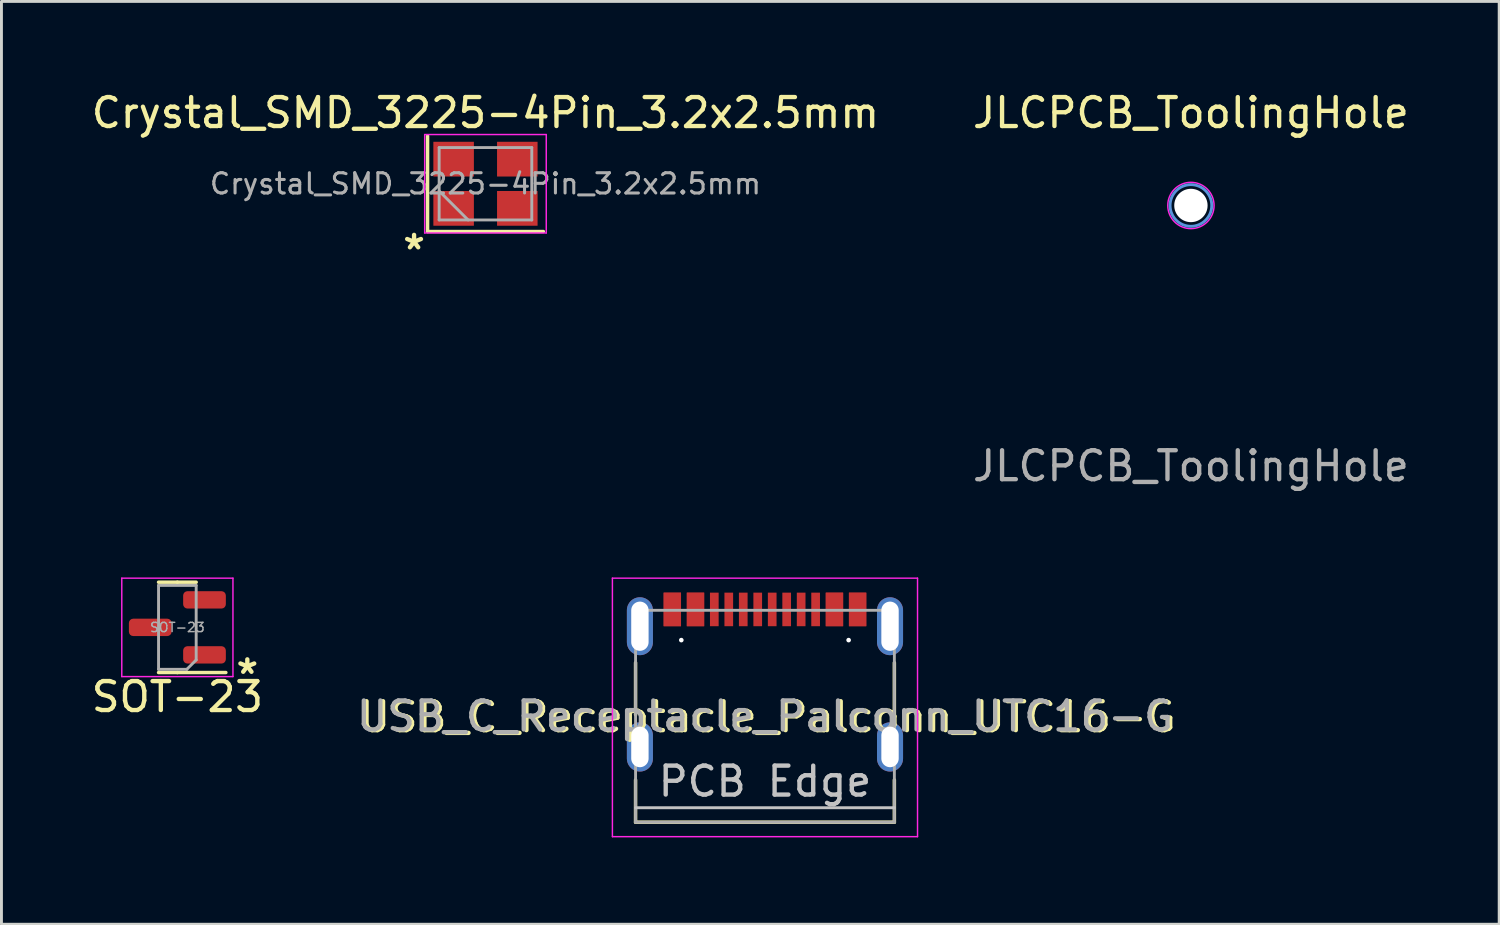
<source format=kicad_pcb>
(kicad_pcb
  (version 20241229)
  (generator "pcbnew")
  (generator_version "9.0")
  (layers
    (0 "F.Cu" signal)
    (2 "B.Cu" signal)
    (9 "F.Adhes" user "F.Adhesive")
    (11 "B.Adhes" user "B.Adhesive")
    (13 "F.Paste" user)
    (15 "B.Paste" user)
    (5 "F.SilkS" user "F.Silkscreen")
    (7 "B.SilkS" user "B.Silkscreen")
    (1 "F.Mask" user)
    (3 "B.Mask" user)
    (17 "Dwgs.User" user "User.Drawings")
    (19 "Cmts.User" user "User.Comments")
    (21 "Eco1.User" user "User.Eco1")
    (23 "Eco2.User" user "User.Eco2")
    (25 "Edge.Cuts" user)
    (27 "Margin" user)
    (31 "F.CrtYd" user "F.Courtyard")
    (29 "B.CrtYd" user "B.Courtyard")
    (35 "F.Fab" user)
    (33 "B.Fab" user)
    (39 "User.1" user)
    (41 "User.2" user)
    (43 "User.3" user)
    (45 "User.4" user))
  (footprint "USB_C_Receptacle_Palconn_UTC16-G"
    (layer "F.Cu")
    (at 23.375 20.512)
    (property "Reference" "USB_C_Receptacle_Palconn_UTC16-G" (at 0.093 1.205 0) (layer "F.SilkS") (effects (font (size 1 1) (thickness 0.15))))
    (attr through_hole)
    (fp_line (start -4.47 -0.67) (end -4.47 1.13) (stroke (width 0.12) (type solid)) (layer "F.SilkS"))
    (fp_line (start -4.47 4.84) (end -4.47 3.38) (stroke (width 0.12) (type solid)) (layer "F.SilkS"))
    (fp_line (start 4.47 -0.67) (end 4.47 1.13) (stroke (width 0.12) (type solid)) (layer "F.SilkS"))
    (fp_line (start 4.47 4.84) (end -4.47 4.84) (stroke (width 0.12) (type solid)) (layer "F.SilkS"))
    (fp_line (start 4.47 4.84) (end 4.47 3.38) (stroke (width 0.12) (type solid)) (layer "F.SilkS"))
    (fp_line (start -4.47 4.34) (end 4.47 4.34) (stroke (width 0.1) (type solid)) (layer "Dwgs.User"))
    (fp_line (start -5.27 -3.59) (end -5.27 5.34) (stroke (width 0.05) (type solid)) (layer "F.CrtYd"))
    (fp_line (start -5.27 5.34) (end 5.27 5.34) (stroke (width 0.05) (type solid)) (layer "F.CrtYd"))
    (fp_line (start 5.27 -3.59) (end -5.27 -3.59) (stroke (width 0.05) (type solid)) (layer "F.CrtYd"))
    (fp_line (start 5.27 5.34) (end 5.27 -3.59) (stroke (width 0.05) (type solid)) (layer "F.CrtYd"))
    (fp_line (start -4.47 -2.48) (end -4.47 4.84) (stroke (width 0.1) (type solid)) (layer "F.Fab"))
    (fp_line (start -4.47 -2.48) (end 4.47 -2.48) (stroke (width 0.1) (type solid)) (layer "F.Fab"))
    (fp_line (start 4.47 -2.48) (end 4.47 4.84) (stroke (width 0.1) (type solid)) (layer "F.Fab"))
    (fp_line (start 4.47 4.84) (end -4.47 4.84) (stroke (width 0.1) (type solid)) (layer "F.Fab"))
    (fp_text user "PCB Edge" (at 0 3.43 0) (layer "Dwgs.User") (effects (font (size 1 1) (thickness 0.15))))
    (fp_text user "${REFERENCE}" (at 0 1.18 0) (layer "F.Fab") (effects (font (size 1 1) (thickness 0.15))))
    (pad "" np_thru_hole circle (at -2.89 -1.45) (size 0.16 0.16) (drill 0.6) (layers "*.Cu" "*.Mask"))
    (pad "" np_thru_hole circle (at 2.89 -1.45) (size 0.16 0.16) (drill 0.6) (layers "*.Cu" "*.Mask"))
    (pad "A1" smd rect (at -3.2 -2.51) (size 0.6 1.16) (layers "F.Cu" "F.Mask" "F.Paste"))
    (pad "A4" smd rect (at -2.4 -2.51) (size 0.6 1.16) (layers "F.Cu" "F.Mask" "F.Paste"))
    (pad "A5" smd rect (at -1.25 -2.51 180) (size 0.3 1.16) (layers "F.Cu" "F.Mask" "F.Paste"))
    (pad "A6" smd rect (at -0.25 -2.51 180) (size 0.3 1.16) (layers "F.Cu" "F.Mask" "F.Paste"))
    (pad "A7" smd rect (at 0.25 -2.51 180) (size 0.3 1.16) (layers "F.Cu" "F.Mask" "F.Paste"))
    (pad "A8" smd rect (at 1.25 -2.51 180) (size 0.3 1.16) (layers "F.Cu" "F.Mask" "F.Paste"))
    (pad "A9" smd rect (at 2.4 -2.51) (size 0.6 1.16) (layers "F.Cu" "F.Mask" "F.Paste"))
    (pad "A12" smd rect (at 3.2 -2.51) (size 0.6 1.16) (layers "F.Cu" "F.Mask" "F.Paste"))
    (pad "B1" smd rect (at 3.2 -2.51) (size 0.6 1.16) (layers "F.Cu" "F.Mask" "F.Paste"))
    (pad "B4" smd rect (at 2.4 -2.51) (size 0.6 1.16) (layers "F.Cu" "F.Mask" "F.Paste"))
    (pad "B5" smd rect (at 1.75 -2.51 180) (size 0.3 1.16) (layers "F.Cu" "F.Mask" "F.Paste"))
    (pad "B6" smd rect (at 0.75 -2.51 180) (size 0.3 1.16) (layers "F.Cu" "F.Mask" "F.Paste"))
    (pad "B7" smd rect (at -0.75 -2.51 180) (size 0.3 1.16) (layers "F.Cu" "F.Mask" "F.Paste"))
    (pad "B8" smd rect (at -1.75 -2.51 180) (size 0.3 1.16) (layers "F.Cu" "F.Mask" "F.Paste"))
    (pad "B9" smd rect (at -2.4 -2.51) (size 0.6 1.16) (layers "F.Cu" "F.Mask" "F.Paste"))
    (pad "B12" smd rect (at -3.2 -2.51) (size 0.6 1.16) (layers "F.Cu" "F.Mask" "F.Paste"))
    (pad "S1" thru_hole oval (at -4.32 -1.93 90) (size 2 0.9) (drill oval 1.7 0.6) (layers "*.Cu" "*.Mask"))
    (pad "S1" thru_hole oval (at -4.32 2.24 90) (size 1.7 0.9) (drill oval 1.4 0.6) (layers "*.Cu" "*.Mask"))
    (pad "S1" thru_hole oval (at 4.32 -1.93 90) (size 2 0.9) (drill oval 1.7 0.6) (layers "*.Cu" "*.Mask"))
    (pad "S1" thru_hole oval (at 4.32 2.24 90) (size 1.7 0.9) (drill oval 1.4 0.6) (layers "*.Cu" "*.Mask")))
  (footprint "Crystal_SMD_3225-4Pin_3.2x2.5mm"
    (layer "F.Cu")
    (at 13.72 3.298)
    (property "Reference" "Crystal_SMD_3225-4Pin_3.2x2.5mm" (at 0 -2.45 0) (layer "F.SilkS") (effects (font (size 1 1) (thickness 0.15))))
    (attr smd)
    (fp_line (start -2 -1.65) (end -2 1.65) (stroke (width 0.12) (type solid)) (layer "F.SilkS"))
    (fp_line (start -2 1.65) (end 2 1.65) (stroke (width 0.12) (type solid)) (layer "F.SilkS"))
    (fp_line (start -2.1 -1.7) (end -2.1 1.7) (stroke (width 0.05) (type solid)) (layer "F.CrtYd"))
    (fp_line (start -2.1 1.7) (end 2.1 1.7) (stroke (width 0.05) (type solid)) (layer "F.CrtYd"))
    (fp_line (start 2.1 -1.7) (end -2.1 -1.7) (stroke (width 0.05) (type solid)) (layer "F.CrtYd"))
    (fp_line (start 2.1 1.7) (end 2.1 -1.7) (stroke (width 0.05) (type solid)) (layer "F.CrtYd"))
    (fp_line (start -1.6 -1.25) (end -1.6 1.25) (stroke (width 0.1) (type solid)) (layer "F.Fab"))
    (fp_line (start -1.6 0.25) (end -0.6 1.25) (stroke (width 0.1) (type solid)) (layer "F.Fab"))
    (fp_line (start -1.6 1.25) (end 1.6 1.25) (stroke (width 0.1) (type solid)) (layer "F.Fab"))
    (fp_line (start 1.6 -1.25) (end -1.6 -1.25) (stroke (width 0.1) (type solid)) (layer "F.Fab"))
    (fp_line (start 1.6 1.25) (end 1.6 -1.25) (stroke (width 0.1) (type solid)) (layer "F.Fab"))
    (fp_text user "*" (at -2.946 2.896 0) (unlocked yes) (layer "F.SilkS") (effects (font (size 1 1) (thickness 0.15)) (justify left bottom)))
    (fp_text user "${REFERENCE}" (at 0 0 0) (layer "F.Fab") (effects (font (size 0.7 0.7) (thickness 0.105))))
    (pad "1" smd rect (at -1.1 0.85) (size 1.4 1.2) (layers "F.Cu" "F.Mask" "F.Paste"))
    (pad "2" smd rect (at 1.1 0.85) (size 1.4 1.2) (layers "F.Cu" "F.Mask" "F.Paste"))
    (pad "3" smd rect (at 1.1 -0.85) (size 1.4 1.2) (layers "F.Cu" "F.Mask" "F.Paste"))
    (pad "4" smd rect (at -1.1 -0.85) (size 1.4 1.2) (layers "F.Cu" "F.Mask" "F.Paste")))
  (footprint "JLCPCB_ToolingHole"
    (layer "F.Cu")
    (at 38.089 4.048)
    (property "Reference" "JLCPCB_ToolingHole" (at 0 -3.2 0) (layer "F.SilkS") (effects (font (size 1 1) (thickness 0.15))))
    (attr exclude_from_pos_files exclude_from_bom)
    (fp_circle (center 0 0) (end 0.72 0) (stroke (width 0.1) (type solid)) (fill no) (layer "Cmts.User"))
    (fp_circle (center 0 0) (end 0.8 0) (stroke (width 0.05) (type solid)) (fill no) (layer "F.CrtYd"))
    (fp_text user "${REFERENCE}" (at 0 9 0) (layer "F.Fab") (effects (font (size 1 1) (thickness 0.15))))
    (pad "" np_thru_hole circle (at 0 0) (size 1.152 1.152) (drill 1.152) (layers "*.Cu" "*.Mask")))
  (footprint "SOT-23"
    (layer "F.Cu")
    (at 2.677 18.622)
    (property "Reference" "SOT-23" (at 0.4 2.4 180) (layer "F.SilkS") (effects (font (size 1 1) (thickness 0.15))))
    (attr smd)
    (fp_line (start 0.4 -1.56) (end -0.25 -1.56) (stroke (width 0.12) (type solid)) (layer "F.SilkS"))
    (fp_line (start 0.4 -1.56) (end 1.05 -1.56) (stroke (width 0.12) (type solid)) (layer "F.SilkS"))
    (fp_line (start 0.4 1.56) (end -0.25 1.56) (stroke (width 0.12) (type solid)) (layer "F.SilkS"))
    (fp_line (start 0.4 1.56) (end 2.075 1.56) (stroke (width 0.12) (type solid)) (layer "F.SilkS"))
    (fp_line (start -1.52 -1.7) (end -1.52 1.7) (stroke (width 0.05) (type solid)) (layer "F.CrtYd"))
    (fp_line (start -1.52 1.7) (end 2.32 1.7) (stroke (width 0.05) (type solid)) (layer "F.CrtYd"))
    (fp_line (start 2.32 -1.7) (end -1.52 -1.7) (stroke (width 0.05) (type solid)) (layer "F.CrtYd"))
    (fp_line (start 2.32 1.7) (end 2.32 -1.7) (stroke (width 0.05) (type solid)) (layer "F.CrtYd"))
    (fp_line (start -0.25 -1.45) (end 1.05 -1.45) (stroke (width 0.1) (type solid)) (layer "F.Fab"))
    (fp_line (start -0.25 1.45) (end -0.25 -1.45) (stroke (width 0.1) (type solid)) (layer "F.Fab"))
    (fp_line (start 0.725 1.45) (end -0.25 1.45) (stroke (width 0.1) (type solid)) (layer "F.Fab"))
    (fp_line (start 1.05 -1.45) (end 1.05 1.125) (stroke (width 0.1) (type solid)) (layer "F.Fab"))
    (fp_line (start 1.05 1.125) (end 0.725 1.45) (stroke (width 0.1) (type solid)) (layer "F.Fab"))
    (fp_text user "*" (at 2.337 2.235 0) (unlocked yes) (layer "F.SilkS") (effects (font (size 1 1) (thickness 0.15)) (justify left bottom)))
    (fp_text user "${REFERENCE}" (at 0.4 0 180) (layer "F.Fab") (effects (font (size 0.32 0.32) (thickness 0.05))))
    (pad "1" smd roundrect (at 1.337 0.95 180) (size 1.475 0.6) (layers "F.Cu" "F.Mask" "F.Paste") (roundrect_rratio 0.25))
    (pad "2" smd roundrect (at 1.337 -0.95 180) (size 1.475 0.6) (layers "F.Cu" "F.Mask" "F.Paste") (roundrect_rratio 0.25))
    (pad "3" smd roundrect (at -0.537 0 180) (size 1.475 0.6) (layers "F.Cu" "F.Mask" "F.Paste") (roundrect_rratio 0.25)))
  (gr_rect
    (start -3 -3)
    (end 48.738 28.877)
    (stroke (width 0.1) (type default))
    (fill no)
    (layer "Edge.Cuts")))
</source>
